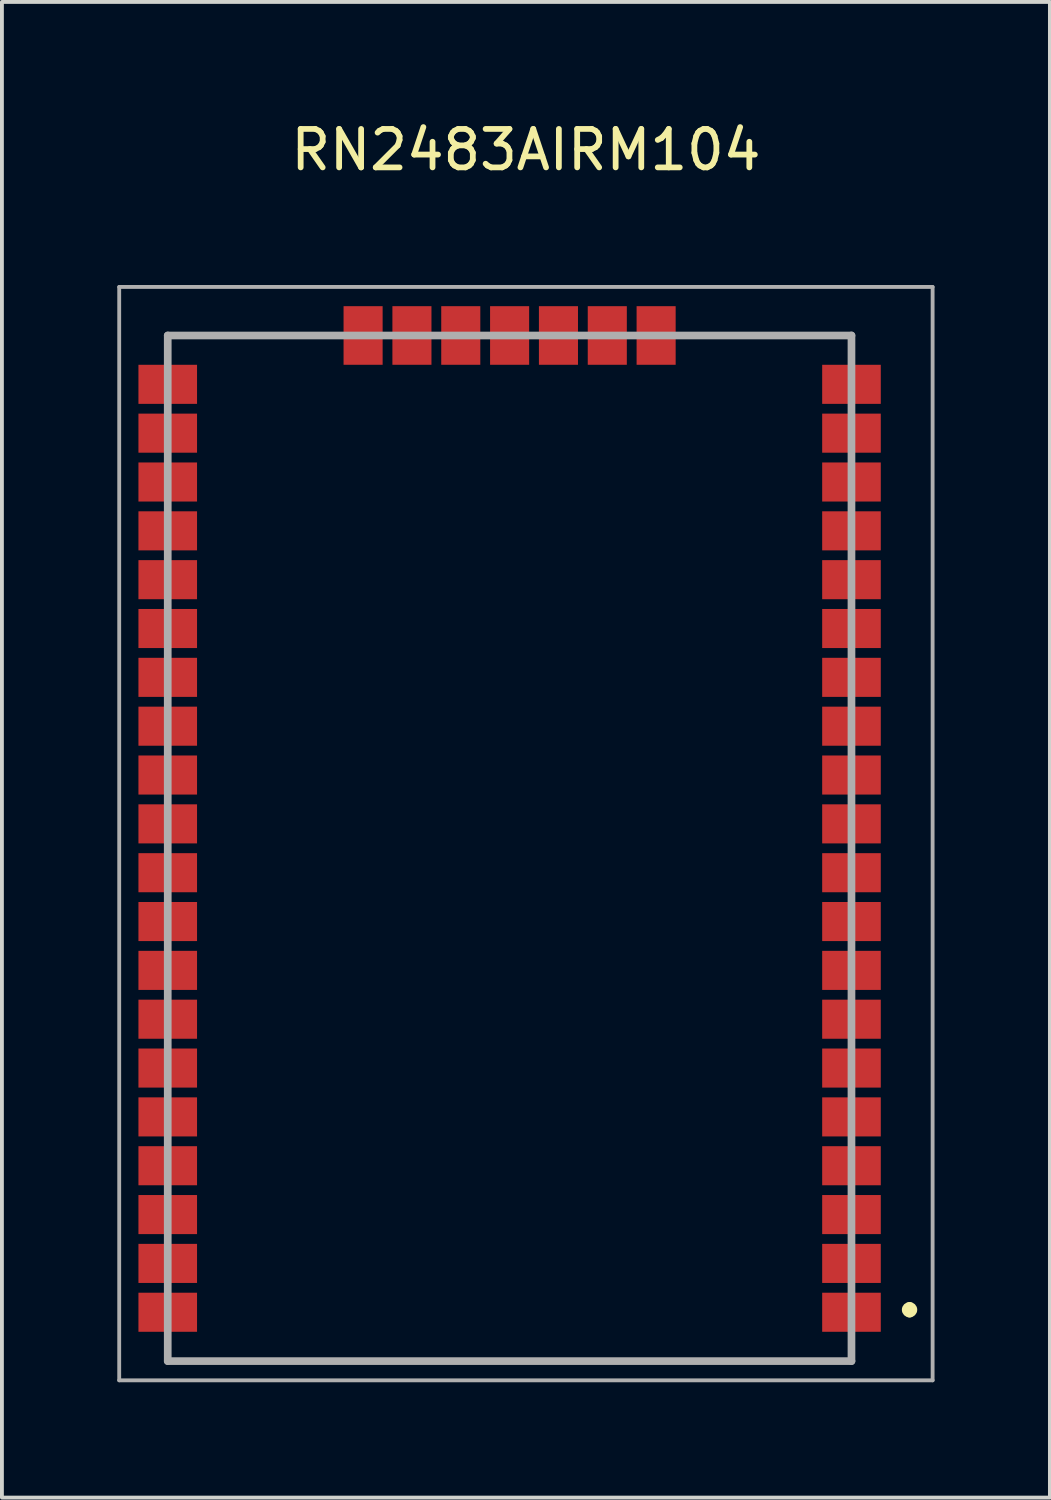
<source format=kicad_pcb>
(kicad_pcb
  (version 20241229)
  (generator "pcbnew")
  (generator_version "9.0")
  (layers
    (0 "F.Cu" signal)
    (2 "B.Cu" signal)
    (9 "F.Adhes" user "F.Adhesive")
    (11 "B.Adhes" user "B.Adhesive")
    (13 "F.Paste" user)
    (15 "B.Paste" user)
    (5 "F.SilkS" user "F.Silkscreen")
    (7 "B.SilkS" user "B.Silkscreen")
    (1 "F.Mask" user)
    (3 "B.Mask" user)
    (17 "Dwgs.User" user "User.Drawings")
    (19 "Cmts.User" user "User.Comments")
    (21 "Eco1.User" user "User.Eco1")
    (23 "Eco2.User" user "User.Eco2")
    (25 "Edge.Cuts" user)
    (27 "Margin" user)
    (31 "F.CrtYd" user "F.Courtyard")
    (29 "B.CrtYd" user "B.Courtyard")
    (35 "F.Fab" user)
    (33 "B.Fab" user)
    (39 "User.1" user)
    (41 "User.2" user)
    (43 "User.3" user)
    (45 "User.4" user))
  (footprint "RN2483AIRM104"
    (layer "F.Cu")
    (at 10.202 19.009)
    (property "Reference" "RN2483AIRM104" (at 0.424 -18.161 0) (layer "F.SilkS") (effects (font (size 1 1) (thickness 0.15))))
    (attr smd)
    (fp_line (start -8.89 -13.335) (end -8.89 -13) (stroke (width 0.1) (type solid)) (layer "F.SilkS"))
    (fp_line (start -8.89 13) (end -8.89 13.335) (stroke (width 0.1) (type solid)) (layer "F.SilkS"))
    (fp_line (start -8.89 13.335) (end 8.89 13.335) (stroke (width 0.1) (type solid)) (layer "F.SilkS"))
    (fp_line (start -5 -13.335) (end -8.89 -13.335) (stroke (width 0.1) (type solid)) (layer "F.SilkS"))
    (fp_line (start 5 -13.335) (end 8.89 -13.335) (stroke (width 0.1) (type solid)) (layer "F.SilkS"))
    (fp_line (start 8.89 -13.335) (end 8.89 -13) (stroke (width 0.1) (type solid)) (layer "F.SilkS"))
    (fp_line (start 8.89 13.335) (end 8.89 13) (stroke (width 0.1) (type solid)) (layer "F.SilkS"))
    (fp_arc (start 10.4 11.9) (mid 10.5 12) (end 10.4 12.1) (stroke (width 0.2) (type solid)) (layer "F.SilkS"))
    (fp_arc (start 10.4 12.1) (mid 10.3 12) (end 10.4 11.9) (stroke (width 0.2) (type solid)) (layer "F.SilkS"))
    (fp_line (start -10.152 -14.597) (end 11 -14.597) (stroke (width 0.1) (type solid)) (layer "F.Fab"))
    (fp_line (start -10.152 13.835) (end -10.152 -14.597) (stroke (width 0.1) (type solid)) (layer "F.Fab"))
    (fp_line (start -8.89 -13.335) (end 8.89 -13.335) (stroke (width 0.2) (type solid)) (layer "F.Fab"))
    (fp_line (start -8.89 13.335) (end -8.89 -13.335) (stroke (width 0.2) (type solid)) (layer "F.Fab"))
    (fp_line (start 8.89 -13.335) (end 8.89 13.335) (stroke (width 0.2) (type solid)) (layer "F.Fab"))
    (fp_line (start 8.89 13.335) (end -8.89 13.335) (stroke (width 0.2) (type solid)) (layer "F.Fab"))
    (fp_line (start 11 -14.597) (end 11 13.835) (stroke (width 0.1) (type solid)) (layer "F.Fab"))
    (fp_line (start 11 13.835) (end -10.152 13.835) (stroke (width 0.1) (type solid)) (layer "F.Fab"))
    (pad "1" smd rect (at 8.89 12.065) (size 1.524 1.016) (layers "F.Cu" "F.Mask" "F.Paste"))
    (pad "2" smd rect (at 8.89 10.795) (size 1.524 1.016) (layers "F.Cu" "F.Mask" "F.Paste"))
    (pad "3" smd rect (at 8.89 9.525) (size 1.524 1.016) (layers "F.Cu" "F.Mask" "F.Paste"))
    (pad "4" smd rect (at 8.89 8.255) (size 1.524 1.016) (layers "F.Cu" "F.Mask" "F.Paste"))
    (pad "5" smd rect (at 8.89 6.985) (size 1.524 1.016) (layers "F.Cu" "F.Mask" "F.Paste"))
    (pad "6" smd rect (at 8.89 5.715) (size 1.524 1.016) (layers "F.Cu" "F.Mask" "F.Paste"))
    (pad "7" smd rect (at 8.89 4.445) (size 1.524 1.016) (layers "F.Cu" "F.Mask" "F.Paste"))
    (pad "8" smd rect (at 8.89 3.175) (size 1.524 1.016) (layers "F.Cu" "F.Mask" "F.Paste"))
    (pad "9" smd rect (at 8.89 1.905) (size 1.524 1.016) (layers "F.Cu" "F.Mask" "F.Paste"))
    (pad "10" smd rect (at 8.89 0.635) (size 1.524 1.016) (layers "F.Cu" "F.Mask" "F.Paste"))
    (pad "11" smd rect (at 8.89 -0.635) (size 1.524 1.016) (layers "F.Cu" "F.Mask" "F.Paste"))
    (pad "12" smd rect (at 8.89 -1.905) (size 1.524 1.016) (layers "F.Cu" "F.Mask" "F.Paste"))
    (pad "13" smd rect (at 8.89 -3.175) (size 1.524 1.016) (layers "F.Cu" "F.Mask" "F.Paste"))
    (pad "14" smd rect (at 8.89 -4.445) (size 1.524 1.016) (layers "F.Cu" "F.Mask" "F.Paste"))
    (pad "15" smd rect (at 8.89 -5.715) (size 1.524 1.016) (layers "F.Cu" "F.Mask" "F.Paste"))
    (pad "16" smd rect (at 8.89 -6.985) (size 1.524 1.016) (layers "F.Cu" "F.Mask" "F.Paste"))
    (pad "17" smd rect (at 8.89 -8.255) (size 1.524 1.016) (layers "F.Cu" "F.Mask" "F.Paste"))
    (pad "18" smd rect (at 8.89 -9.525) (size 1.524 1.016) (layers "F.Cu" "F.Mask" "F.Paste"))
    (pad "19" smd rect (at 8.89 -10.795) (size 1.524 1.016) (layers "F.Cu" "F.Mask" "F.Paste"))
    (pad "20" smd rect (at 8.89 -12.065) (size 1.524 1.016) (layers "F.Cu" "F.Mask" "F.Paste"))
    (pad "21" smd rect (at 3.81 -13.335) (size 1.016 1.524) (layers "F.Cu" "F.Mask" "F.Paste"))
    (pad "22" smd rect (at 2.54 -13.335) (size 1.016 1.524) (layers "F.Cu" "F.Mask" "F.Paste"))
    (pad "23" smd rect (at 1.27 -13.335) (size 1.016 1.524) (layers "F.Cu" "F.Mask" "F.Paste"))
    (pad "24" smd rect (at 0 -13.335) (size 1.016 1.524) (layers "F.Cu" "F.Mask" "F.Paste"))
    (pad "25" smd rect (at -1.27 -13.335) (size 1.016 1.524) (layers "F.Cu" "F.Mask" "F.Paste"))
    (pad "26" smd rect (at -2.54 -13.335) (size 1.016 1.524) (layers "F.Cu" "F.Mask" "F.Paste"))
    (pad "27" smd rect (at -3.81 -13.335) (size 1.016 1.524) (layers "F.Cu" "F.Mask" "F.Paste"))
    (pad "28" smd rect (at -8.89 -12.065) (size 1.524 1.016) (layers "F.Cu" "F.Mask" "F.Paste"))
    (pad "29" smd rect (at -8.89 -10.795) (size 1.524 1.016) (layers "F.Cu" "F.Mask" "F.Paste"))
    (pad "30" smd rect (at -8.89 -9.525) (size 1.524 1.016) (layers "F.Cu" "F.Mask" "F.Paste"))
    (pad "31" smd rect (at -8.89 -8.255) (size 1.524 1.016) (layers "F.Cu" "F.Mask" "F.Paste"))
    (pad "32" smd rect (at -8.89 -6.985) (size 1.524 1.016) (layers "F.Cu" "F.Mask" "F.Paste"))
    (pad "33" smd rect (at -8.89 -5.715) (size 1.524 1.016) (layers "F.Cu" "F.Mask" "F.Paste"))
    (pad "34" smd rect (at -8.89 -4.445) (size 1.524 1.016) (layers "F.Cu" "F.Mask" "F.Paste"))
    (pad "35" smd rect (at -8.89 -3.175) (size 1.524 1.016) (layers "F.Cu" "F.Mask" "F.Paste"))
    (pad "36" smd rect (at -8.89 -1.905) (size 1.524 1.016) (layers "F.Cu" "F.Mask" "F.Paste"))
    (pad "37" smd rect (at -8.89 -0.635) (size 1.524 1.016) (layers "F.Cu" "F.Mask" "F.Paste"))
    (pad "38" smd rect (at -8.89 0.635) (size 1.524 1.016) (layers "F.Cu" "F.Mask" "F.Paste"))
    (pad "39" smd rect (at -8.89 1.905) (size 1.524 1.016) (layers "F.Cu" "F.Mask" "F.Paste"))
    (pad "40" smd rect (at -8.89 3.175) (size 1.524 1.016) (layers "F.Cu" "F.Mask" "F.Paste"))
    (pad "41" smd rect (at -8.89 4.445) (size 1.524 1.016) (layers "F.Cu" "F.Mask" "F.Paste"))
    (pad "42" smd rect (at -8.89 5.715) (size 1.524 1.016) (layers "F.Cu" "F.Mask" "F.Paste"))
    (pad "43" smd rect (at -8.89 6.985) (size 1.524 1.016) (layers "F.Cu" "F.Mask" "F.Paste"))
    (pad "44" smd rect (at -8.89 8.255) (size 1.524 1.016) (layers "F.Cu" "F.Mask" "F.Paste"))
    (pad "45" smd rect (at -8.89 9.525) (size 1.524 1.016) (layers "F.Cu" "F.Mask" "F.Paste"))
    (pad "46" smd rect (at -8.89 10.795) (size 1.524 1.016) (layers "F.Cu" "F.Mask" "F.Paste"))
    (pad "47" smd rect (at -8.89 12.065) (size 1.524 1.016) (layers "F.Cu" "F.Mask" "F.Paste")))
  (gr_rect
    (start -3 -3)
    (end 24.252 35.894)
    (stroke (width 0.1) (type default))
    (fill no)
    (layer "Edge.Cuts")))
</source>
